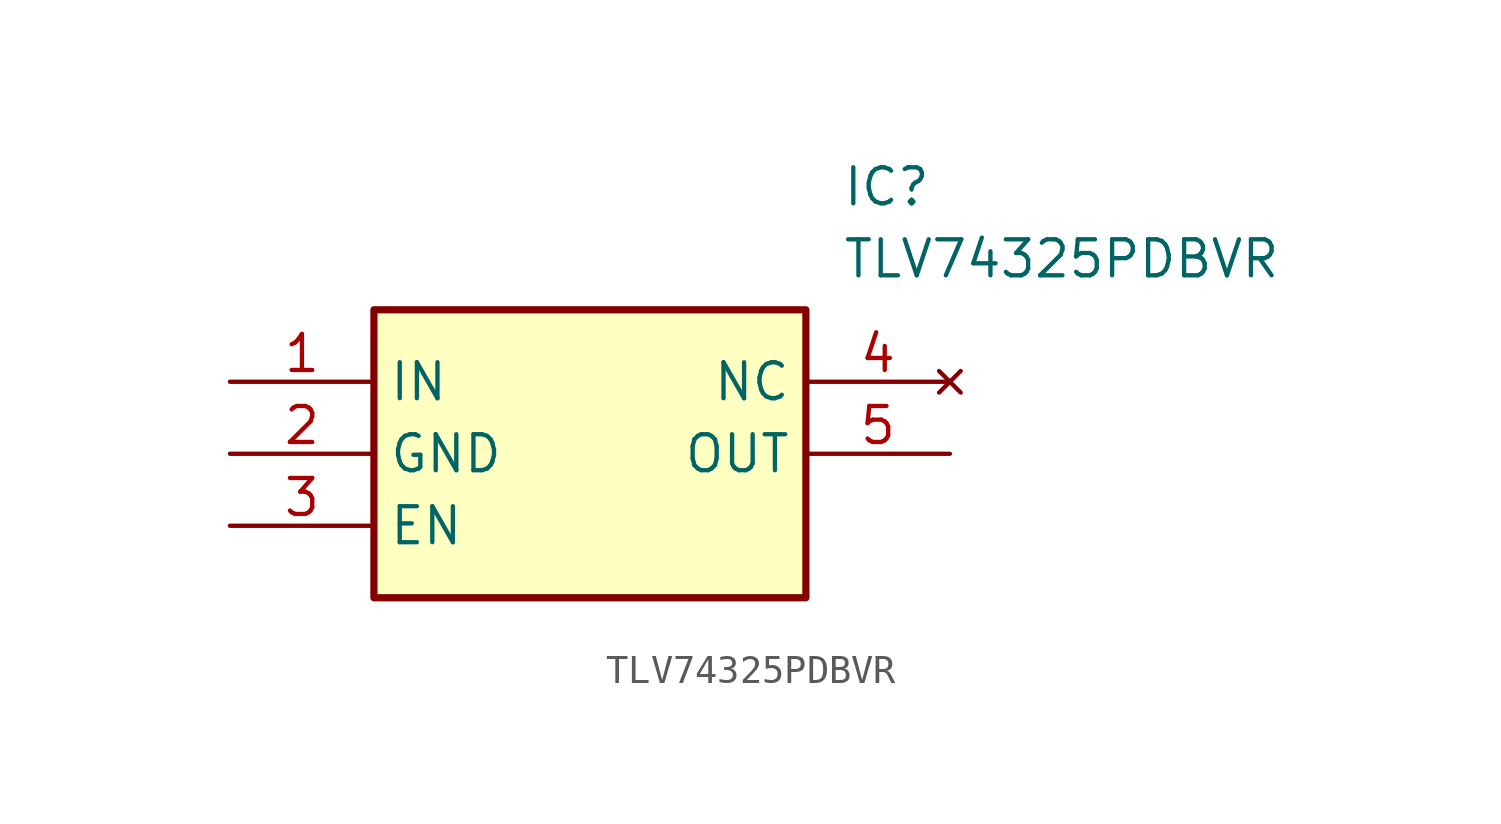
<source format=kicad_sym>
(kicad_symbol_lib
  (version 20211014)
  (generator SamacSys_ECAD_Model)
  (symbol "TLV74325PDBVR"
    (property "Reference" "IC"
      (at 21.59 7.62 0)
      (effects (font (size 1.27 1.27)) (justify left top)))
    (property "Value" "TLV74325PDBVR"
      (at 21.59 5.08 0)
      (effects (font (size 1.27 1.27)) (justify left top)))
    (rectangle
      (start 5.08 2.54)
      (end 20.32 -7.62)
      (stroke (width 0.254) (type default))
      (fill (type background)))
    (pin passive line
      (at 0 0 0)
      (length 5.08)
      (name "IN" (effects (font (size 1.27 1.27))))
      (number "1" (effects (font (size 1.27 1.27)))))
    (pin passive line
      (at 0 -2.54 0)
      (length 5.08)
      (name "GND" (effects (font (size 1.27 1.27))))
      (number "2" (effects (font (size 1.27 1.27)))))
    (pin passive line
      (at 0 -5.08 0)
      (length 5.08)
      (name "EN" (effects (font (size 1.27 1.27))))
      (number "3" (effects (font (size 1.27 1.27)))))
    (pin no_connect line
      (at 25.4 0 180)
      (length 5.08)
      (name "NC" (effects (font (size 1.27 1.27))))
      (number "4" (effects (font (size 1.27 1.27)))))
    (pin passive line
      (at 25.4 -2.54 180)
      (length 5.08)
      (name "OUT" (effects (font (size 1.27 1.27))))
      (number "5" (effects (font (size 1.27 1.27)))))))
</source>
